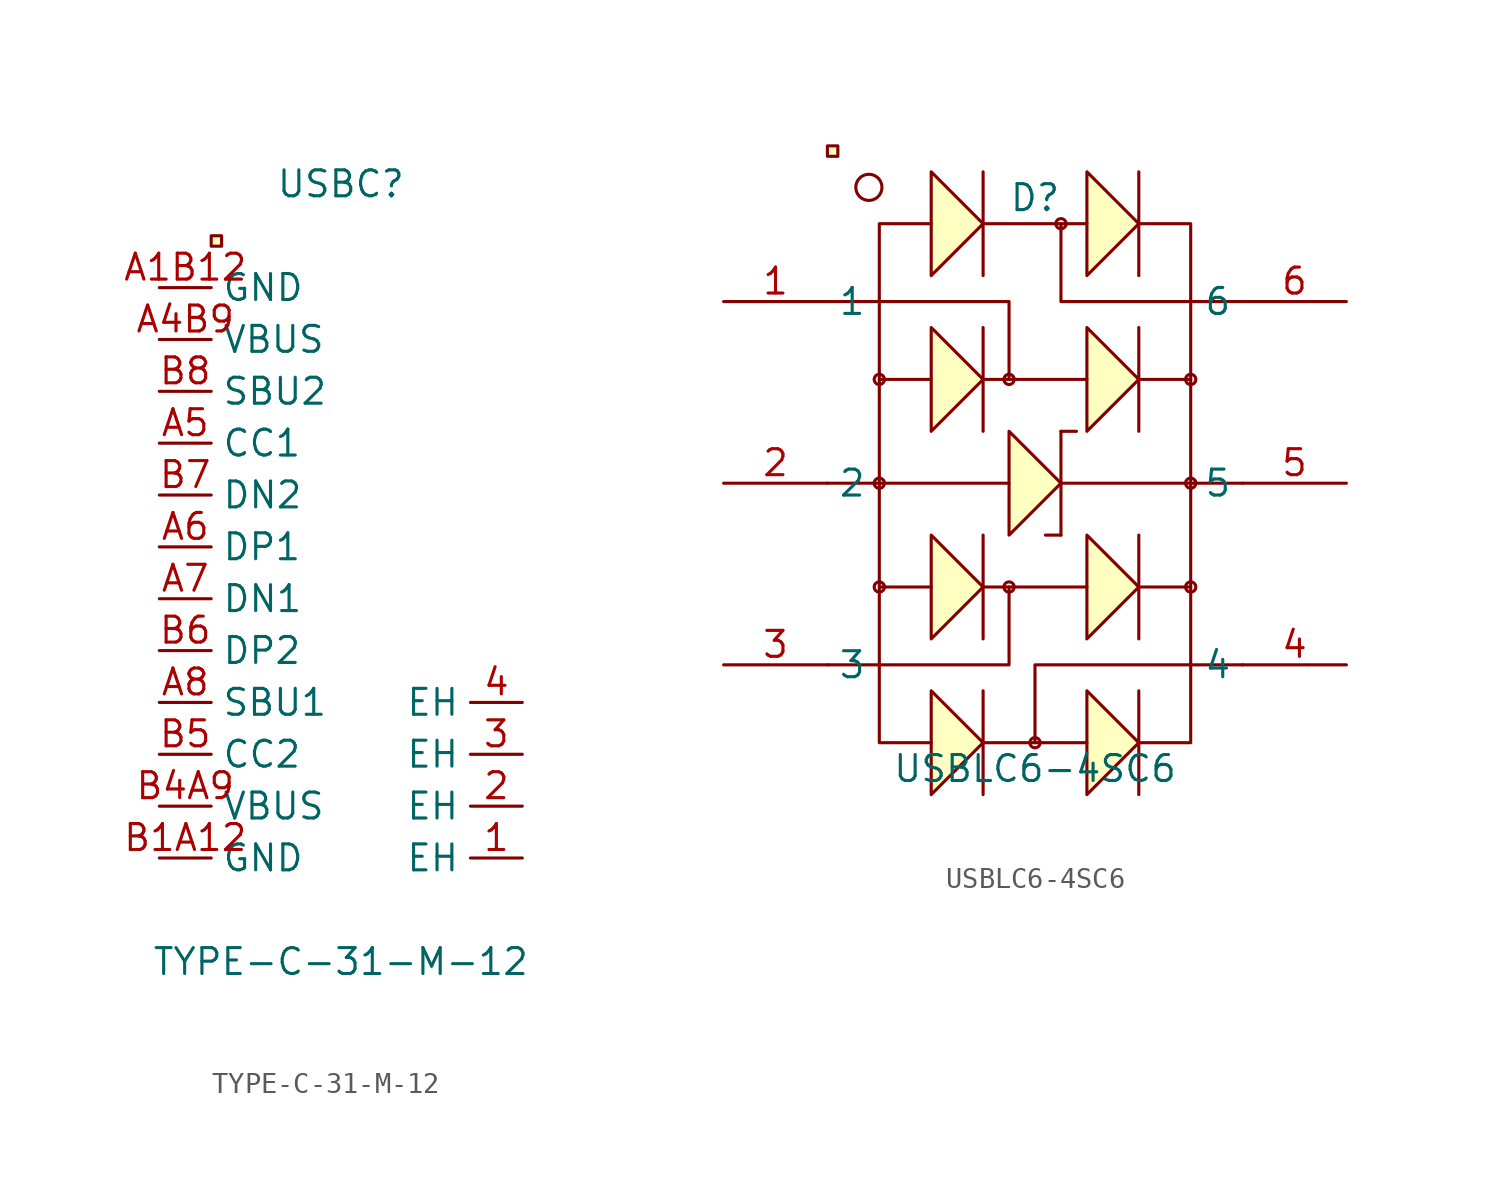
<source format=kicad_sym>
(kicad_symbol_lib
  (version 20241209)
  (generator "kicad_symbol_editor")
  (generator_version "9.0")
  (symbol "TYPE-C-31-M-12"
    (property "Reference" "USBC"
      (at 0 19.05 0)
      (effects (font (size 1.27 1.27))))
    (property "Value" "TYPE-C-31-M-12"
      (at 0 -19.05 0)
      (effects (font (size 1.27 1.27))))
    (symbol "TYPE-C-31-M-12_0_1"
      (rectangle (start -6.35 16.51) (end -5.84 16) (stroke (width 0) (type default)) (fill (type background)))
      (pin unspecified line (at -8.89 13.97 0) (length 2.54) (name "GND" (effects (font (size 1.27 1.27)))) (number "A1B12" (effects (font (size 1.27 1.27)))))
      (pin unspecified line (at -8.89 11.43 0) (length 2.54) (name "VBUS" (effects (font (size 1.27 1.27)))) (number "A4B9" (effects (font (size 1.27 1.27)))))
      (pin unspecified line (at -8.89 8.89 0) (length 2.54) (name "SBU2" (effects (font (size 1.27 1.27)))) (number "B8" (effects (font (size 1.27 1.27)))))
      (pin unspecified line (at -8.89 6.35 0) (length 2.54) (name "CC1" (effects (font (size 1.27 1.27)))) (number "A5" (effects (font (size 1.27 1.27)))))
      (pin unspecified line (at -8.89 3.81 0) (length 2.54) (name "DN2" (effects (font (size 1.27 1.27)))) (number "B7" (effects (font (size 1.27 1.27)))))
      (pin unspecified line (at -8.89 1.27 0) (length 2.54) (name "DP1" (effects (font (size 1.27 1.27)))) (number "A6" (effects (font (size 1.27 1.27)))))
      (pin unspecified line (at -8.89 -1.27 0) (length 2.54) (name "DN1" (effects (font (size 1.27 1.27)))) (number "A7" (effects (font (size 1.27 1.27)))))
      (pin unspecified line (at -8.89 -3.81 0) (length 2.54) (name "DP2" (effects (font (size 1.27 1.27)))) (number "B6" (effects (font (size 1.27 1.27)))))
      (pin unspecified line (at -8.89 -6.35 0) (length 2.54) (name "SBU1" (effects (font (size 1.27 1.27)))) (number "A8" (effects (font (size 1.27 1.27)))))
      (pin unspecified line (at -8.89 -8.89 0) (length 2.54) (name "CC2" (effects (font (size 1.27 1.27)))) (number "B5" (effects (font (size 1.27 1.27)))))
      (pin unspecified line (at -8.89 -11.43 0) (length 2.54) (name "VBUS" (effects (font (size 1.27 1.27)))) (number "B4A9" (effects (font (size 1.27 1.27)))))
      (pin unspecified line (at -8.89 -13.97 0) (length 2.54) (name "GND" (effects (font (size 1.27 1.27)))) (number "B1A12" (effects (font (size 1.27 1.27)))))
      (pin unspecified line (at 8.89 -6.35 180) (length 2.54) (name "EH" (effects (font (size 1.27 1.27)))) (number "4" (effects (font (size 1.27 1.27)))))
      (pin unspecified line (at 8.89 -8.89 180) (length 2.54) (name "EH" (effects (font (size 1.27 1.27)))) (number "3" (effects (font (size 1.27 1.27)))))
      (pin unspecified line (at 8.89 -11.43 180) (length 2.54) (name "EH" (effects (font (size 1.27 1.27)))) (number "2" (effects (font (size 1.27 1.27)))))
      (pin unspecified line (at 8.89 -13.97 180) (length 2.54) (name "EH" (effects (font (size 1.27 1.27)))) (number "1" (effects (font (size 1.27 1.27)))))))
  (symbol "USBLC6-4SC6"
    (property "Reference" "D"
      (at 0 13.97 0)
      (effects (font (size 1.27 1.27))))
    (property "Value" "USBLC6-4SC6"
      (at 0 -13.97 0)
      (effects (font (size 1.27 1.27))))
    (symbol "USBLC6-4SC6_0_1"
      (rectangle (start -10.16 16.51) (end -9.65 16) (stroke (width 0) (type default)) (fill (type background)))
      (circle (center -8.13 14.48) (radius 0.64) (stroke (width 0) (type default)) (fill (type none)))
      (circle (center -7.62 5.08) (radius 0.25) (stroke (width 0) (type default)) (fill (type none)))
      (circle (center -7.62 0) (radius 0.25) (stroke (width 0) (type default)) (fill (type none)))
      (polyline (pts (xy -7.62 0) (xy -10.16 0)) (stroke (width 0) (type default)) (fill (type none)))
      (circle (center -7.62 -5.08) (radius 0.25) (stroke (width 0) (type default)) (fill (type none)))
      (polyline (pts (xy -5.08 12.7) (xy -7.62 12.7) (xy -7.62 -12.7) (xy -5.08 -12.7)) (stroke (width 0) (type default)) (fill (type none)))
      (polyline (pts (xy -5.08 10.16) (xy -2.54 12.7) (xy -5.08 15.24) (xy -5.08 10.16)) (stroke (width 0) (type default)) (fill (type background)))
      (polyline (pts (xy -5.08 5.08) (xy -7.62 5.08)) (stroke (width 0) (type default)) (fill (type none)))
      (polyline (pts (xy -5.08 2.54) (xy -2.54 5.08) (xy -5.08 7.62) (xy -5.08 2.54)) (stroke (width 0) (type default)) (fill (type background)))
      (polyline (pts (xy -5.08 -5.08) (xy -7.62 -5.08)) (stroke (width 0) (type default)) (fill (type none)))
      (polyline (pts (xy -5.08 -7.62) (xy -2.54 -5.08) (xy -5.08 -2.54) (xy -5.08 -7.62)) (stroke (width 0) (type default)) (fill (type background)))
      (polyline (pts (xy -5.08 -15.24) (xy -2.54 -12.7) (xy -5.08 -10.16) (xy -5.08 -15.24)) (stroke (width 0) (type default)) (fill (type background)))
      (polyline (pts (xy -2.54 15.24) (xy -2.54 10.16)) (stroke (width 0) (type default)) (fill (type none)))
      (polyline (pts (xy -2.54 7.62) (xy -2.54 2.54)) (stroke (width 0) (type default)) (fill (type none)))
      (polyline (pts (xy -2.54 -2.54) (xy -2.54 -7.62)) (stroke (width 0) (type default)) (fill (type none)))
      (polyline (pts (xy -2.54 -10.16) (xy -2.54 -15.24)) (stroke (width 0) (type default)) (fill (type none)))
      (polyline (pts (xy -2.54 -12.7) (xy 2.54 -12.7)) (stroke (width 0) (type default)) (fill (type none)))
      (circle (center -1.27 5.08) (radius 0.25) (stroke (width 0) (type default)) (fill (type none)))
      (polyline (pts (xy -1.27 5.08) (xy -1.27 8.89) (xy -10.16 8.89)) (stroke (width 0) (type default)) (fill (type none)))
      (polyline (pts (xy -1.27 0) (xy -7.62 0)) (stroke (width 0) (type default)) (fill (type none)))
      (polyline (pts (xy -1.27 -2.54) (xy 1.27 0) (xy -1.27 2.54) (xy -1.27 -2.54)) (stroke (width 0) (type default)) (fill (type background)))
      (circle (center -1.27 -5.08) (radius 0.25) (stroke (width 0) (type default)) (fill (type none)))
      (polyline (pts (xy -1.27 -5.08) (xy -1.27 -8.89) (xy -10.16 -8.89)) (stroke (width 0) (type default)) (fill (type none)))
      (polyline (pts (xy 0 -12.7) (xy 0 -8.89) (xy 10.16 -8.89)) (stroke (width 0) (type default)) (fill (type none)))
      (circle (center 0 -12.7) (radius 0.25) (stroke (width 0) (type default)) (fill (type none)))
      (polyline (pts (xy 1.27 12.7) (xy 1.27 8.89) (xy 10.16 8.89)) (stroke (width 0) (type default)) (fill (type none)))
      (circle (center 1.27 12.7) (radius 0.25) (stroke (width 0) (type default)) (fill (type none)))
      (polyline (pts (xy 1.27 2.54) (xy 1.27 -2.54)) (stroke (width 0) (type default)) (fill (type none)))
      (polyline (pts (xy 1.27 2.54) (xy 2.03 2.54)) (stroke (width 0) (type default)) (fill (type none)))
      (polyline (pts (xy 1.27 0) (xy 7.62 0)) (stroke (width 0) (type default)) (fill (type none)))
      (polyline (pts (xy 1.27 -2.54) (xy 0.51 -2.54)) (stroke (width 0) (type default)) (fill (type none)))
      (polyline (pts (xy 2.54 12.7) (xy -2.54 12.7)) (stroke (width 0) (type default)) (fill (type none)))
      (polyline (pts (xy 2.54 10.16) (xy 5.08 12.7) (xy 2.54 15.24) (xy 2.54 10.16)) (stroke (width 0) (type default)) (fill (type background)))
      (polyline (pts (xy 2.54 5.08) (xy -2.54 5.08)) (stroke (width 0) (type default)) (fill (type none)))
      (polyline (pts (xy 2.54 2.54) (xy 5.08 5.08) (xy 2.54 7.62) (xy 2.54 2.54)) (stroke (width 0) (type default)) (fill (type background)))
      (polyline (pts (xy 2.54 -5.08) (xy -2.54 -5.08)) (stroke (width 0) (type default)) (fill (type none)))
      (polyline (pts (xy 2.54 -7.62) (xy 5.08 -5.08) (xy 2.54 -2.54) (xy 2.54 -7.62)) (stroke (width 0) (type default)) (fill (type background)))
      (polyline (pts (xy 2.54 -15.24) (xy 5.08 -12.7) (xy 2.54 -10.16) (xy 2.54 -15.24)) (stroke (width 0) (type default)) (fill (type background)))
      (polyline (pts (xy 5.08 15.24) (xy 5.08 10.16)) (stroke (width 0) (type default)) (fill (type none)))
      (polyline (pts (xy 5.08 7.62) (xy 5.08 2.54)) (stroke (width 0) (type default)) (fill (type none)))
      (polyline (pts (xy 5.08 5.08) (xy 7.62 5.08)) (stroke (width 0) (type default)) (fill (type none)))
      (polyline (pts (xy 5.08 -2.54) (xy 5.08 -7.62)) (stroke (width 0) (type default)) (fill (type none)))
      (polyline (pts (xy 5.08 -10.16) (xy 5.08 -15.24)) (stroke (width 0) (type default)) (fill (type none)))
      (polyline (pts (xy 5.08 -12.7) (xy 7.62 -12.7) (xy 7.62 12.7) (xy 5.08 12.7)) (stroke (width 0) (type default)) (fill (type none)))
      (circle (center 7.62 5.08) (radius 0.25) (stroke (width 0) (type default)) (fill (type none)))
      (polyline (pts (xy 7.62 0) (xy 10.16 0)) (stroke (width 0) (type default)) (fill (type none)))
      (circle (center 7.62 0) (radius 0.25) (stroke (width 0) (type default)) (fill (type none)))
      (polyline (pts (xy 7.62 -5.08) (xy 5.08 -5.08)) (stroke (width 0) (type default)) (fill (type none)))
      (circle (center 7.62 -5.08) (radius 0.25) (stroke (width 0) (type default)) (fill (type none)))
      (pin input line (at -15.24 8.89 0) (length 5.08) (name "1" (effects (font (size 1.27 1.27)))) (number "1" (effects (font (size 1.27 1.27)))))
      (pin input line (at -15.24 0 0) (length 5.08) (name "2" (effects (font (size 1.27 1.27)))) (number "2" (effects (font (size 1.27 1.27)))))
      (pin input line (at -15.24 -8.89 0) (length 5.08) (name "3" (effects (font (size 1.27 1.27)))) (number "3" (effects (font (size 1.27 1.27)))))
      (pin input line (at 15.24 8.89 180) (length 5.08) (name "6" (effects (font (size 1.27 1.27)))) (number "6" (effects (font (size 1.27 1.27)))))
      (pin input line (at 15.24 0 180) (length 5.08) (name "5" (effects (font (size 1.27 1.27)))) (number "5" (effects (font (size 1.27 1.27)))))
      (pin input line (at 15.24 -8.89 180) (length 5.08) (name "4" (effects (font (size 1.27 1.27)))) (number "4" (effects (font (size 1.27 1.27))))))))
</source>
